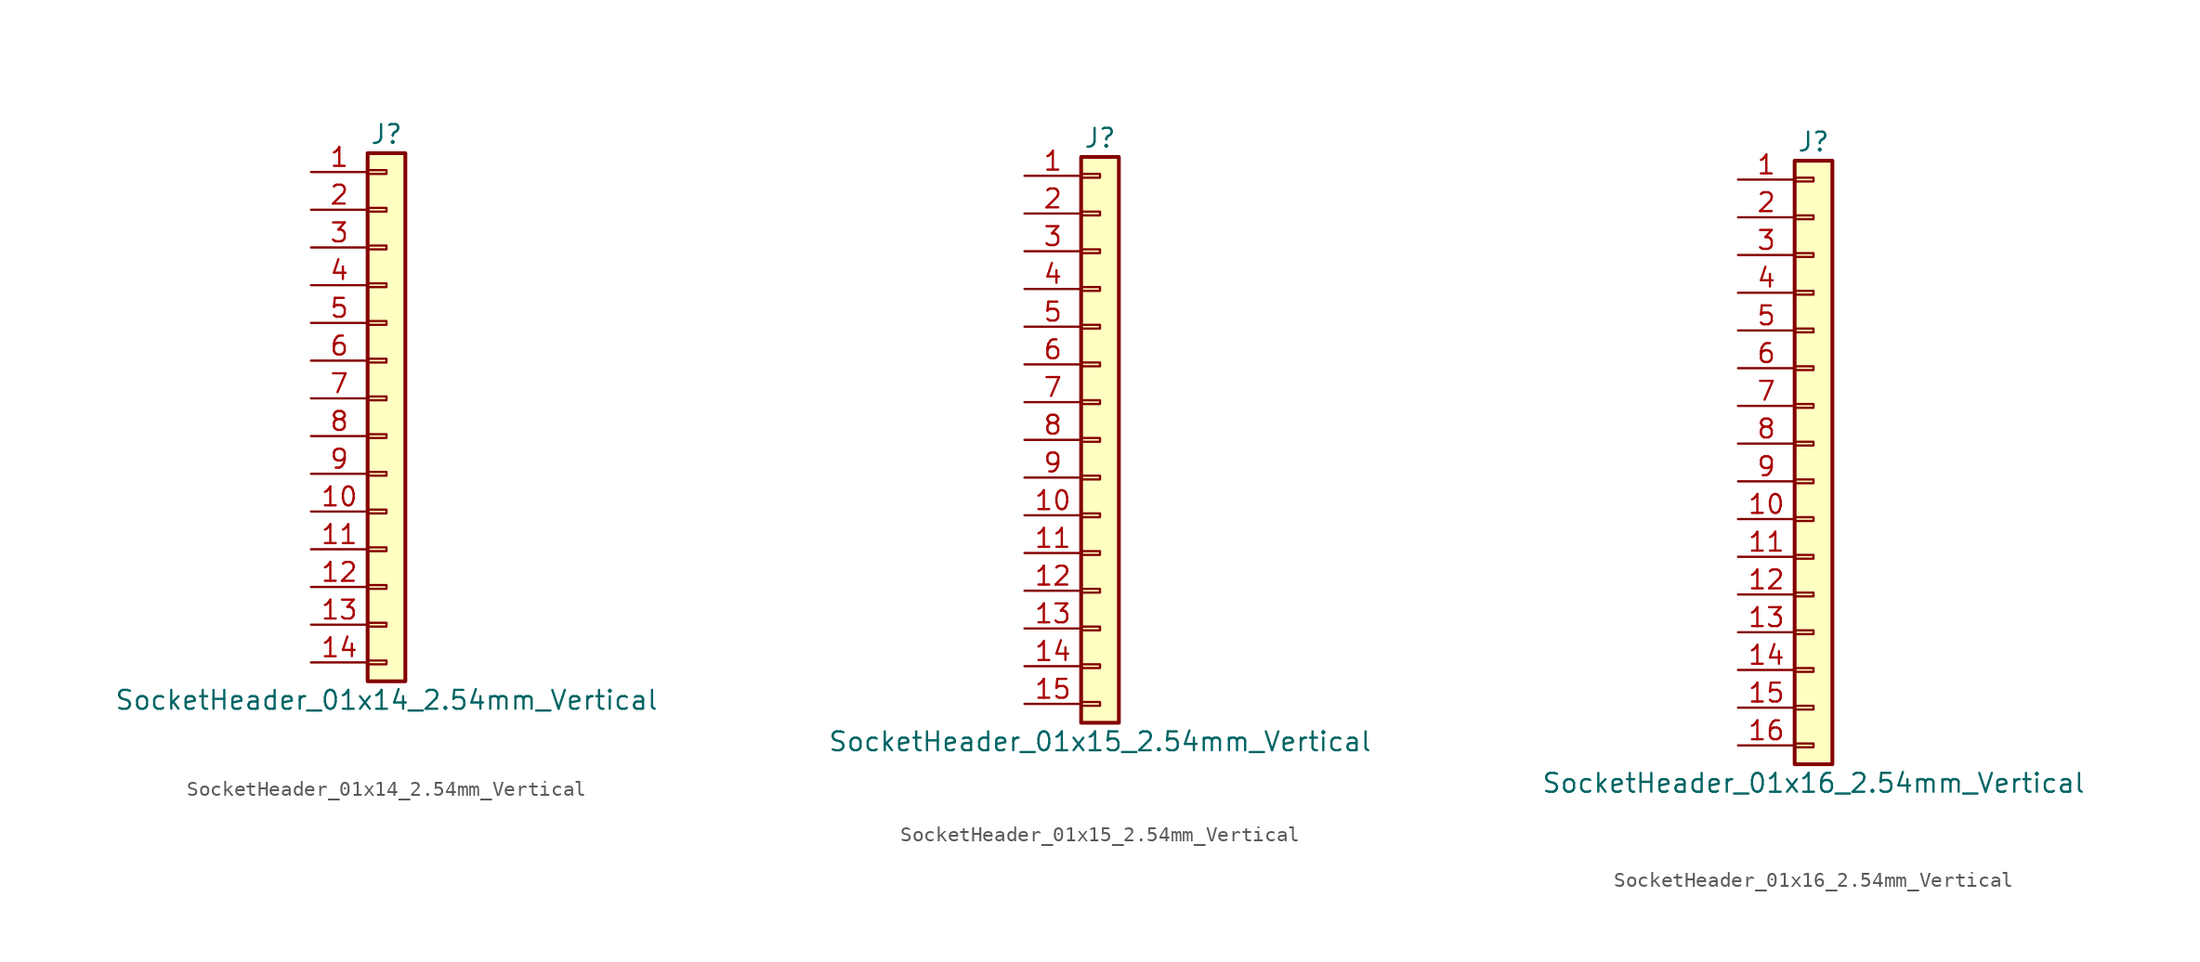
<source format=kicad_sym>
(kicad_symbol_lib
  (version 20241209)
  (generator "kicad_symbol_editor")
  (generator_version "9.0")
  (symbol "SocketHeader_01x14_2.54mm_Vertical"
    (pin_names
      (offset 1.016)
      (hide yes))
    (property "Reference" "J"
      (at 0 17.78 0)
      (effects (font (size 1.27 1.27))))
    (property "Value" "SocketHeader_01x14_2.54mm_Vertical"
      (at 0 -20.32 0)
      (effects (font (size 1.27 1.27))))
    (symbol "SocketHeader_01x14_2.54mm_Vertical_1_1"
      (rectangle (start -1.27 16.51) (end 1.27 -19.05) (stroke (width 0.254) (type default)) (fill (type background)))
      (rectangle (start -1.27 15.367) (end 0 15.113) (stroke (width 0.152) (type default)) (fill (type none)))
      (rectangle (start -1.27 12.827) (end 0 12.573) (stroke (width 0.152) (type default)) (fill (type none)))
      (rectangle (start -1.27 10.287) (end 0 10.033) (stroke (width 0.152) (type default)) (fill (type none)))
      (rectangle (start -1.27 7.747) (end 0 7.493) (stroke (width 0.152) (type default)) (fill (type none)))
      (rectangle (start -1.27 5.207) (end 0 4.953) (stroke (width 0.152) (type default)) (fill (type none)))
      (rectangle (start -1.27 2.667) (end 0 2.413) (stroke (width 0.152) (type default)) (fill (type none)))
      (rectangle (start -1.27 0.127) (end 0 -0.127) (stroke (width 0.152) (type default)) (fill (type none)))
      (rectangle (start -1.27 -2.413) (end 0 -2.667) (stroke (width 0.152) (type default)) (fill (type none)))
      (rectangle (start -1.27 -4.953) (end 0 -5.207) (stroke (width 0.152) (type default)) (fill (type none)))
      (rectangle (start -1.27 -7.493) (end 0 -7.747) (stroke (width 0.152) (type default)) (fill (type none)))
      (rectangle (start -1.27 -10.033) (end 0 -10.287) (stroke (width 0.152) (type default)) (fill (type none)))
      (rectangle (start -1.27 -12.573) (end 0 -12.827) (stroke (width 0.152) (type default)) (fill (type none)))
      (rectangle (start -1.27 -15.113) (end 0 -15.367) (stroke (width 0.152) (type default)) (fill (type none)))
      (rectangle (start -1.27 -17.653) (end 0 -17.907) (stroke (width 0.152) (type default)) (fill (type none)))
      (pin passive line (at -5.08 15.24 0) (length 3.81) (name "Pin_1" (effects (font (size 1.27 1.27)))) (number "1" (effects (font (size 1.27 1.27)))))
      (pin passive line (at -5.08 12.7 0) (length 3.81) (name "Pin_2" (effects (font (size 1.27 1.27)))) (number "2" (effects (font (size 1.27 1.27)))))
      (pin passive line (at -5.08 10.16 0) (length 3.81) (name "Pin_3" (effects (font (size 1.27 1.27)))) (number "3" (effects (font (size 1.27 1.27)))))
      (pin passive line (at -5.08 7.62 0) (length 3.81) (name "Pin_4" (effects (font (size 1.27 1.27)))) (number "4" (effects (font (size 1.27 1.27)))))
      (pin passive line (at -5.08 5.08 0) (length 3.81) (name "Pin_5" (effects (font (size 1.27 1.27)))) (number "5" (effects (font (size 1.27 1.27)))))
      (pin passive line (at -5.08 2.54 0) (length 3.81) (name "Pin_6" (effects (font (size 1.27 1.27)))) (number "6" (effects (font (size 1.27 1.27)))))
      (pin passive line (at -5.08 0 0) (length 3.81) (name "Pin_7" (effects (font (size 1.27 1.27)))) (number "7" (effects (font (size 1.27 1.27)))))
      (pin passive line (at -5.08 -2.54 0) (length 3.81) (name "Pin_8" (effects (font (size 1.27 1.27)))) (number "8" (effects (font (size 1.27 1.27)))))
      (pin passive line (at -5.08 -5.08 0) (length 3.81) (name "Pin_9" (effects (font (size 1.27 1.27)))) (number "9" (effects (font (size 1.27 1.27)))))
      (pin passive line (at -5.08 -7.62 0) (length 3.81) (name "Pin_10" (effects (font (size 1.27 1.27)))) (number "10" (effects (font (size 1.27 1.27)))))
      (pin passive line (at -5.08 -10.16 0) (length 3.81) (name "Pin_11" (effects (font (size 1.27 1.27)))) (number "11" (effects (font (size 1.27 1.27)))))
      (pin passive line (at -5.08 -12.7 0) (length 3.81) (name "Pin_12" (effects (font (size 1.27 1.27)))) (number "12" (effects (font (size 1.27 1.27)))))
      (pin passive line (at -5.08 -15.24 0) (length 3.81) (name "Pin_13" (effects (font (size 1.27 1.27)))) (number "13" (effects (font (size 1.27 1.27)))))
      (pin passive line (at -5.08 -17.78 0) (length 3.81) (name "Pin_14" (effects (font (size 1.27 1.27)))) (number "14" (effects (font (size 1.27 1.27)))))))
  (symbol "SocketHeader_01x15_2.54mm_Vertical"
    (pin_names
      (offset 1.016)
      (hide yes))
    (property "Reference" "J"
      (at 0 20.32 0)
      (effects (font (size 1.27 1.27))))
    (property "Value" "SocketHeader_01x15_2.54mm_Vertical"
      (at 0 -20.32 0)
      (effects (font (size 1.27 1.27))))
    (symbol "SocketHeader_01x15_2.54mm_Vertical_1_1"
      (rectangle (start -1.27 19.05) (end 1.27 -19.05) (stroke (width 0.254) (type default)) (fill (type background)))
      (rectangle (start -1.27 17.907) (end 0 17.653) (stroke (width 0.152) (type default)) (fill (type none)))
      (rectangle (start -1.27 15.367) (end 0 15.113) (stroke (width 0.152) (type default)) (fill (type none)))
      (rectangle (start -1.27 12.827) (end 0 12.573) (stroke (width 0.152) (type default)) (fill (type none)))
      (rectangle (start -1.27 10.287) (end 0 10.033) (stroke (width 0.152) (type default)) (fill (type none)))
      (rectangle (start -1.27 7.747) (end 0 7.493) (stroke (width 0.152) (type default)) (fill (type none)))
      (rectangle (start -1.27 5.207) (end 0 4.953) (stroke (width 0.152) (type default)) (fill (type none)))
      (rectangle (start -1.27 2.667) (end 0 2.413) (stroke (width 0.152) (type default)) (fill (type none)))
      (rectangle (start -1.27 0.127) (end 0 -0.127) (stroke (width 0.152) (type default)) (fill (type none)))
      (rectangle (start -1.27 -2.413) (end 0 -2.667) (stroke (width 0.152) (type default)) (fill (type none)))
      (rectangle (start -1.27 -4.953) (end 0 -5.207) (stroke (width 0.152) (type default)) (fill (type none)))
      (rectangle (start -1.27 -7.493) (end 0 -7.747) (stroke (width 0.152) (type default)) (fill (type none)))
      (rectangle (start -1.27 -10.033) (end 0 -10.287) (stroke (width 0.152) (type default)) (fill (type none)))
      (rectangle (start -1.27 -12.573) (end 0 -12.827) (stroke (width 0.152) (type default)) (fill (type none)))
      (rectangle (start -1.27 -15.113) (end 0 -15.367) (stroke (width 0.152) (type default)) (fill (type none)))
      (rectangle (start -1.27 -17.653) (end 0 -17.907) (stroke (width 0.152) (type default)) (fill (type none)))
      (pin passive line (at -5.08 17.78 0) (length 3.81) (name "Pin_1" (effects (font (size 1.27 1.27)))) (number "1" (effects (font (size 1.27 1.27)))))
      (pin passive line (at -5.08 15.24 0) (length 3.81) (name "Pin_2" (effects (font (size 1.27 1.27)))) (number "2" (effects (font (size 1.27 1.27)))))
      (pin passive line (at -5.08 12.7 0) (length 3.81) (name "Pin_3" (effects (font (size 1.27 1.27)))) (number "3" (effects (font (size 1.27 1.27)))))
      (pin passive line (at -5.08 10.16 0) (length 3.81) (name "Pin_4" (effects (font (size 1.27 1.27)))) (number "4" (effects (font (size 1.27 1.27)))))
      (pin passive line (at -5.08 7.62 0) (length 3.81) (name "Pin_5" (effects (font (size 1.27 1.27)))) (number "5" (effects (font (size 1.27 1.27)))))
      (pin passive line (at -5.08 5.08 0) (length 3.81) (name "Pin_6" (effects (font (size 1.27 1.27)))) (number "6" (effects (font (size 1.27 1.27)))))
      (pin passive line (at -5.08 2.54 0) (length 3.81) (name "Pin_7" (effects (font (size 1.27 1.27)))) (number "7" (effects (font (size 1.27 1.27)))))
      (pin passive line (at -5.08 0 0) (length 3.81) (name "Pin_8" (effects (font (size 1.27 1.27)))) (number "8" (effects (font (size 1.27 1.27)))))
      (pin passive line (at -5.08 -2.54 0) (length 3.81) (name "Pin_9" (effects (font (size 1.27 1.27)))) (number "9" (effects (font (size 1.27 1.27)))))
      (pin passive line (at -5.08 -5.08 0) (length 3.81) (name "Pin_10" (effects (font (size 1.27 1.27)))) (number "10" (effects (font (size 1.27 1.27)))))
      (pin passive line (at -5.08 -7.62 0) (length 3.81) (name "Pin_11" (effects (font (size 1.27 1.27)))) (number "11" (effects (font (size 1.27 1.27)))))
      (pin passive line (at -5.08 -10.16 0) (length 3.81) (name "Pin_12" (effects (font (size 1.27 1.27)))) (number "12" (effects (font (size 1.27 1.27)))))
      (pin passive line (at -5.08 -12.7 0) (length 3.81) (name "Pin_13" (effects (font (size 1.27 1.27)))) (number "13" (effects (font (size 1.27 1.27)))))
      (pin passive line (at -5.08 -15.24 0) (length 3.81) (name "Pin_14" (effects (font (size 1.27 1.27)))) (number "14" (effects (font (size 1.27 1.27)))))
      (pin passive line (at -5.08 -17.78 0) (length 3.81) (name "Pin_15" (effects (font (size 1.27 1.27)))) (number "15" (effects (font (size 1.27 1.27)))))))
  (symbol "SocketHeader_01x16_2.54mm_Vertical"
    (pin_names
      (offset 1.016)
      (hide yes))
    (property "Reference" "J"
      (at 0 20.32 0)
      (effects (font (size 1.27 1.27))))
    (property "Value" "SocketHeader_01x16_2.54mm_Vertical"
      (at 0 -22.86 0)
      (effects (font (size 1.27 1.27))))
    (symbol "SocketHeader_01x16_2.54mm_Vertical_1_1"
      (rectangle (start -1.27 19.05) (end 1.27 -21.59) (stroke (width 0.254) (type default)) (fill (type background)))
      (rectangle (start -1.27 17.907) (end 0 17.653) (stroke (width 0.152) (type default)) (fill (type none)))
      (rectangle (start -1.27 15.367) (end 0 15.113) (stroke (width 0.152) (type default)) (fill (type none)))
      (rectangle (start -1.27 12.827) (end 0 12.573) (stroke (width 0.152) (type default)) (fill (type none)))
      (rectangle (start -1.27 10.287) (end 0 10.033) (stroke (width 0.152) (type default)) (fill (type none)))
      (rectangle (start -1.27 7.747) (end 0 7.493) (stroke (width 0.152) (type default)) (fill (type none)))
      (rectangle (start -1.27 5.207) (end 0 4.953) (stroke (width 0.152) (type default)) (fill (type none)))
      (rectangle (start -1.27 2.667) (end 0 2.413) (stroke (width 0.152) (type default)) (fill (type none)))
      (rectangle (start -1.27 0.127) (end 0 -0.127) (stroke (width 0.152) (type default)) (fill (type none)))
      (rectangle (start -1.27 -2.413) (end 0 -2.667) (stroke (width 0.152) (type default)) (fill (type none)))
      (rectangle (start -1.27 -4.953) (end 0 -5.207) (stroke (width 0.152) (type default)) (fill (type none)))
      (rectangle (start -1.27 -7.493) (end 0 -7.747) (stroke (width 0.152) (type default)) (fill (type none)))
      (rectangle (start -1.27 -10.033) (end 0 -10.287) (stroke (width 0.152) (type default)) (fill (type none)))
      (rectangle (start -1.27 -12.573) (end 0 -12.827) (stroke (width 0.152) (type default)) (fill (type none)))
      (rectangle (start -1.27 -15.113) (end 0 -15.367) (stroke (width 0.152) (type default)) (fill (type none)))
      (rectangle (start -1.27 -17.653) (end 0 -17.907) (stroke (width 0.152) (type default)) (fill (type none)))
      (rectangle (start -1.27 -20.193) (end 0 -20.447) (stroke (width 0.152) (type default)) (fill (type none)))
      (pin passive line (at -5.08 17.78 0) (length 3.81) (name "Pin_1" (effects (font (size 1.27 1.27)))) (number "1" (effects (font (size 1.27 1.27)))))
      (pin passive line (at -5.08 15.24 0) (length 3.81) (name "Pin_2" (effects (font (size 1.27 1.27)))) (number "2" (effects (font (size 1.27 1.27)))))
      (pin passive line (at -5.08 12.7 0) (length 3.81) (name "Pin_3" (effects (font (size 1.27 1.27)))) (number "3" (effects (font (size 1.27 1.27)))))
      (pin passive line (at -5.08 10.16 0) (length 3.81) (name "Pin_4" (effects (font (size 1.27 1.27)))) (number "4" (effects (font (size 1.27 1.27)))))
      (pin passive line (at -5.08 7.62 0) (length 3.81) (name "Pin_5" (effects (font (size 1.27 1.27)))) (number "5" (effects (font (size 1.27 1.27)))))
      (pin passive line (at -5.08 5.08 0) (length 3.81) (name "Pin_6" (effects (font (size 1.27 1.27)))) (number "6" (effects (font (size 1.27 1.27)))))
      (pin passive line (at -5.08 2.54 0) (length 3.81) (name "Pin_7" (effects (font (size 1.27 1.27)))) (number "7" (effects (font (size 1.27 1.27)))))
      (pin passive line (at -5.08 0 0) (length 3.81) (name "Pin_8" (effects (font (size 1.27 1.27)))) (number "8" (effects (font (size 1.27 1.27)))))
      (pin passive line (at -5.08 -2.54 0) (length 3.81) (name "Pin_9" (effects (font (size 1.27 1.27)))) (number "9" (effects (font (size 1.27 1.27)))))
      (pin passive line (at -5.08 -5.08 0) (length 3.81) (name "Pin_10" (effects (font (size 1.27 1.27)))) (number "10" (effects (font (size 1.27 1.27)))))
      (pin passive line (at -5.08 -7.62 0) (length 3.81) (name "Pin_11" (effects (font (size 1.27 1.27)))) (number "11" (effects (font (size 1.27 1.27)))))
      (pin passive line (at -5.08 -10.16 0) (length 3.81) (name "Pin_12" (effects (font (size 1.27 1.27)))) (number "12" (effects (font (size 1.27 1.27)))))
      (pin passive line (at -5.08 -12.7 0) (length 3.81) (name "Pin_13" (effects (font (size 1.27 1.27)))) (number "13" (effects (font (size 1.27 1.27)))))
      (pin passive line (at -5.08 -15.24 0) (length 3.81) (name "Pin_14" (effects (font (size 1.27 1.27)))) (number "14" (effects (font (size 1.27 1.27)))))
      (pin passive line (at -5.08 -17.78 0) (length 3.81) (name "Pin_15" (effects (font (size 1.27 1.27)))) (number "15" (effects (font (size 1.27 1.27)))))
      (pin passive line (at -5.08 -20.32 0) (length 3.81) (name "Pin_16" (effects (font (size 1.27 1.27)))) (number "16" (effects (font (size 1.27 1.27))))))))
</source>
